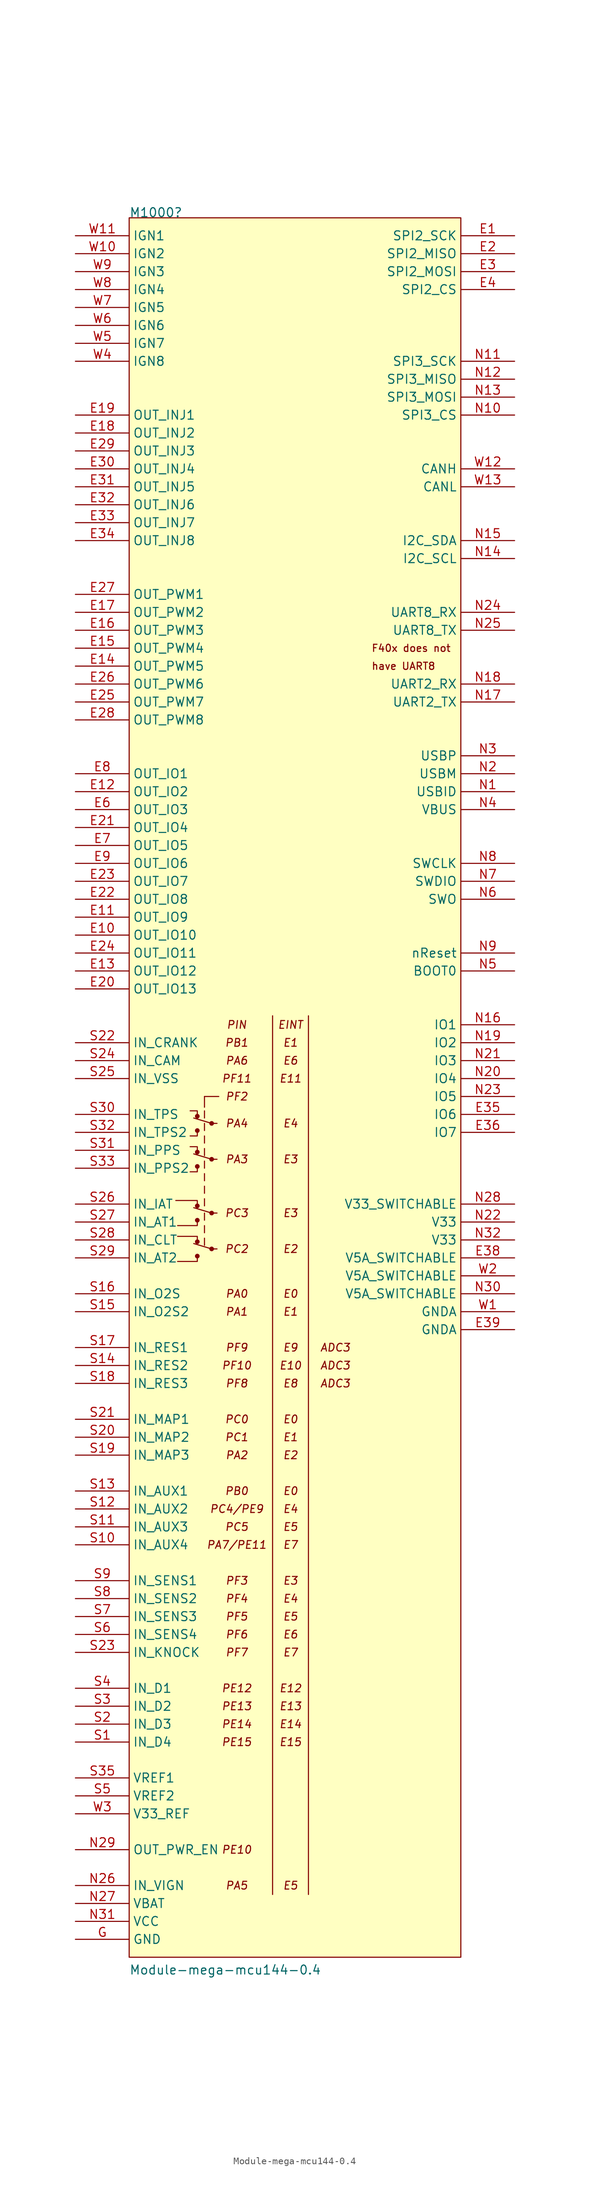
<source format=kicad_sym>
(kicad_symbol_lib
  (version 20211014)
  (generator kicad_symbol_editor)
  (symbol "Module-mega-mcu144-0.4"
    (property "Reference" "M1000"
      (at 7.62 2.54 0)
      (effects (font (size 1.27 1.27)) (justify left bottom)))
    (property "Value" "Module-mega-mcu144-0.4"
      (at 7.62 -246.38 0)
      (effects (font (size 1.27 1.27)) (justify left bottom)))
    (symbol "Module-mega-mcu144-0.4_0_1"
      (polyline (pts (xy 16.764 -142.748) (xy 19.304 -143.51)) (stroke (width 0) (type default) (color 0 0 0 0)) (fill (type none)))
      (polyline (pts (xy 16.764 -137.668) (xy 19.304 -138.43)) (stroke (width 0) (type default) (color 0 0 0 0)) (fill (type none)))
      (polyline (pts (xy 16.764 -130.048) (xy 19.304 -130.81)) (stroke (width 0) (type default) (color 0 0 0 0)) (fill (type none)))
      (polyline (pts (xy 16.764 -124.968) (xy 19.304 -125.73)) (stroke (width 0) (type default) (color 0 0 0 0)) (fill (type none)))
      (polyline (pts (xy 18.288 -143.002) (xy 18.288 -141.986)) (stroke (width 0) (type default) (color 0 0 0 0)) (fill (type none)))
      (polyline (pts (xy 18.288 -141.224) (xy 18.288 -140.208)) (stroke (width 0) (type default) (color 0 0 0 0)) (fill (type none)))
      (polyline (pts (xy 18.288 -139.446) (xy 18.288 -138.43)) (stroke (width 0) (type default) (color 0 0 0 0)) (fill (type none)))
      (polyline (pts (xy 18.288 -137.414) (xy 18.288 -136.398)) (stroke (width 0) (type default) (color 0 0 0 0)) (fill (type none)))
      (polyline (pts (xy 18.288 -135.636) (xy 18.288 -134.62)) (stroke (width 0) (type default) (color 0 0 0 0)) (fill (type none)))
      (polyline (pts (xy 18.288 -133.858) (xy 18.288 -132.842)) (stroke (width 0) (type default) (color 0 0 0 0)) (fill (type none)))
      (polyline (pts (xy 18.288 -132.08) (xy 18.288 -131.064)) (stroke (width 0) (type default) (color 0 0 0 0)) (fill (type none)))
      (polyline (pts (xy 18.288 -130.302) (xy 18.288 -129.286)) (stroke (width 0) (type default) (color 0 0 0 0)) (fill (type none)))
      (polyline (pts (xy 18.288 -128.524) (xy 18.288 -127.508)) (stroke (width 0) (type default) (color 0 0 0 0)) (fill (type none)))
      (polyline (pts (xy 18.288 -126.746) (xy 18.288 -125.73)) (stroke (width 0) (type default) (color 0 0 0 0)) (fill (type none)))
      (polyline (pts (xy 18.288 -124.968) (xy 18.288 -123.952)) (stroke (width 0) (type default) (color 0 0 0 0)) (fill (type none)))
      (polyline (pts (xy 18.288 -123.444) (xy 18.288 -121.92)) (stroke (width 0) (type default) (color 0 0 0 0)) (fill (type none)))
      (polyline (pts (xy 18.288 -121.92) (xy 20.32 -121.92)) (stroke (width 0) (type default) (color 0 0 0 0)) (fill (type none)))
      (polyline (pts (xy 19.304 -143.51) (xy 20.066 -143.51)) (stroke (width 0) (type default) (color 0 0 0 0)) (fill (type none)))
      (polyline (pts (xy 19.304 -138.43) (xy 20.066 -138.43)) (stroke (width 0) (type default) (color 0 0 0 0)) (fill (type none)))
      (polyline (pts (xy 19.304 -130.81) (xy 20.066 -130.81)) (stroke (width 0) (type default) (color 0 0 0 0)) (fill (type none)))
      (polyline (pts (xy 19.304 -125.73) (xy 20.066 -125.73)) (stroke (width 0) (type default) (color 0 0 0 0)) (fill (type none)))
      (polyline (pts (xy 17.272 -144.526) (xy 17.272 -145.288) (xy 14.478 -145.288)) (stroke (width 0) (type default) (color 0 0 0 0)) (fill (type none)))
      (polyline (pts (xy 17.272 -142.494) (xy 17.272 -141.732) (xy 14.478 -141.732)) (stroke (width 0) (type default) (color 0 0 0 0)) (fill (type none)))
      (polyline (pts (xy 17.272 -139.446) (xy 17.272 -140.208) (xy 14.478 -140.208)) (stroke (width 0) (type default) (color 0 0 0 0)) (fill (type none)))
      (polyline (pts (xy 17.272 -137.414) (xy 17.272 -136.652) (xy 14.224 -136.652)) (stroke (width 0) (type default) (color 0 0 0 0)) (fill (type none)))
      (polyline (pts (xy 17.272 -131.826) (xy 17.272 -132.588) (xy 16.256 -132.588)) (stroke (width 0) (type default) (color 0 0 0 0)) (fill (type none)))
      (polyline (pts (xy 17.272 -129.794) (xy 17.272 -129.032) (xy 16.256 -129.032)) (stroke (width 0) (type default) (color 0 0 0 0)) (fill (type none)))
      (polyline (pts (xy 17.272 -126.746) (xy 17.272 -127.508) (xy 16.256 -127.508)) (stroke (width 0) (type default) (color 0 0 0 0)) (fill (type none)))
      (polyline (pts (xy 17.272 -124.714) (xy 17.272 -123.952) (xy 16.256 -123.952)) (stroke (width 0) (type default) (color 0 0 0 0)) (fill (type none)))
      (circle (center 17.272 -144.526) (radius 0.254) (stroke (width 0) (type default) (color 0 0 0 0)) (fill (type outline)))
      (circle (center 17.272 -142.494) (radius 0.254) (stroke (width 0) (type default) (color 0 0 0 0)) (fill (type outline)))
      (circle (center 17.272 -139.446) (radius 0.254) (stroke (width 0) (type default) (color 0 0 0 0)) (fill (type outline)))
      (circle (center 17.272 -137.414) (radius 0.254) (stroke (width 0) (type default) (color 0 0 0 0)) (fill (type outline)))
      (circle (center 17.272 -131.826) (radius 0.254) (stroke (width 0) (type default) (color 0 0 0 0)) (fill (type outline)))
      (circle (center 17.272 -129.794) (radius 0.254) (stroke (width 0) (type default) (color 0 0 0 0)) (fill (type outline)))
      (circle (center 17.272 -126.746) (radius 0.254) (stroke (width 0) (type default) (color 0 0 0 0)) (fill (type outline)))
      (circle (center 17.272 -124.714) (radius 0.254) (stroke (width 0) (type default) (color 0 0 0 0)) (fill (type outline)))
      (circle (center 19.304 -143.51) (radius 0.254) (stroke (width 0) (type default) (color 0 0 0 0)) (fill (type outline)))
      (circle (center 19.304 -138.43) (radius 0.254) (stroke (width 0) (type default) (color 0 0 0 0)) (fill (type outline)))
      (circle (center 19.304 -130.81) (radius 0.254) (stroke (width 0) (type default) (color 0 0 0 0)) (fill (type outline)))
      (circle (center 19.304 -125.73) (radius 0.254) (stroke (width 0) (type default) (color 0 0 0 0)) (fill (type outline))))
    (symbol "Module-mega-mcu144-0.4_1_0"
      (polyline (pts (xy 27.94 -110.49) (xy 27.94 -234.95)) (stroke (width 0) (type default) (color 0 0 0 0)) (fill (type none)))
      (polyline (pts (xy 33.02 -110.49) (xy 33.02 -234.95)) (stroke (width 0) (type default) (color 0 0 0 0)) (fill (type none)))
      (rectangle (start 7.62 2.54) (end 54.61 -243.84) (stroke (width 0) (type default) (color 0 0 0 0)) (fill (type background)))
      (text "ADC3" (at 36.83 -162.56 0) (effects (font (size 1.1 1.1) italic)))
      (text "ADC3" (at 36.83 -160.02 0) (effects (font (size 1.1 1.1) italic)))
      (text "ADC3" (at 36.83 -157.48 0) (effects (font (size 1.1 1.1) italic)))
      (text "E0" (at 30.48 -177.8 0) (effects (font (size 1.1 1.1) italic)))
      (text "E0" (at 30.48 -167.64 0) (effects (font (size 1.1 1.1) italic)))
      (text "E0" (at 30.48 -149.86 0) (effects (font (size 1.1 1.1) italic)))
      (text "E1" (at 30.48 -170.18 0) (effects (font (size 1.1 1.1) italic)))
      (text "E1" (at 30.48 -152.4 0) (effects (font (size 1.1 1.1) italic)))
      (text "E1" (at 30.48 -114.3 0) (effects (font (size 1.1 1.1) italic)))
      (text "E10" (at 30.48 -160.02 0) (effects (font (size 1.1 1.1) italic)))
      (text "E11" (at 30.48 -119.38 0) (effects (font (size 1.1 1.1) italic)))
      (text "E12" (at 30.48 -205.74 0) (effects (font (size 1.1 1.1) italic)))
      (text "E13" (at 30.48 -208.28 0) (effects (font (size 1.1 1.1) italic)))
      (text "E14" (at 30.48 -210.82 0) (effects (font (size 1.1 1.1) italic)))
      (text "E15" (at 30.48 -213.36 0) (effects (font (size 1.1 1.1) italic)))
      (text "E2" (at 30.48 -172.72 0) (effects (font (size 1.1 1.1) italic)))
      (text "E2" (at 30.48 -143.51 0) (effects (font (size 1.1 1.1) italic)))
      (text "E3" (at 30.48 -190.5 0) (effects (font (size 1.1 1.1) italic)))
      (text "E3" (at 30.48 -138.43 0) (effects (font (size 1.1 1.1) italic)))
      (text "E3" (at 30.48 -130.81 0) (effects (font (size 1.1 1.1) italic)))
      (text "E4" (at 30.48 -193.04 0) (effects (font (size 1.1 1.1) italic)))
      (text "E4" (at 30.48 -180.34 0) (effects (font (size 1.1 1.1) italic)))
      (text "E4" (at 30.48 -125.73 0) (effects (font (size 1.1 1.1) italic)))
      (text "E5" (at 30.48 -233.68 0) (effects (font (size 1.1 1.1) italic)))
      (text "E5" (at 30.48 -195.58 0) (effects (font (size 1.1 1.1) italic)))
      (text "E5" (at 30.48 -182.88 0) (effects (font (size 1.1 1.1) italic)))
      (text "E6" (at 30.48 -198.12 0) (effects (font (size 1.1 1.1) italic)))
      (text "E6" (at 30.48 -116.84 0) (effects (font (size 1.1 1.1) italic)))
      (text "E7" (at 30.48 -200.66 0) (effects (font (size 1.1 1.1) italic)))
      (text "E7" (at 30.48 -185.42 0) (effects (font (size 1.1 1.1) italic)))
      (text "E8" (at 30.48 -162.56 0) (effects (font (size 1.1 1.1) italic)))
      (text "E9" (at 30.48 -157.48 0) (effects (font (size 1.1 1.1) italic)))
      (text "EINT" (at 30.48 -111.76 0) (effects (font (size 1.1 1.1) italic)))
      (text "F40x does not" (at 41.91 -58.42 0) (effects (font (size 1.016 1.016)) (justify left)))
      (text "have UART8" (at 41.91 -60.96 0) (effects (font (size 1.016 1.016)) (justify left)))
      (text "PA0" (at 22.86 -149.86 0) (effects (font (size 1.1 1.1) italic)))
      (text "PA1" (at 22.86 -152.4 0) (effects (font (size 1.1 1.1) italic)))
      (text "PA2" (at 22.86 -172.72 0) (effects (font (size 1.1 1.1) italic)))
      (text "PA3" (at 22.86 -130.81 0) (effects (font (size 1.1 1.1) italic)))
      (text "PA4" (at 22.86 -125.73 0) (effects (font (size 1.1 1.1) italic)))
      (text "PA5" (at 22.86 -233.68 0) (effects (font (size 1.1 1.1) italic)))
      (text "PA6" (at 22.86 -116.84 0) (effects (font (size 1.1 1.1) italic)))
      (text "PA7/PE11" (at 22.86 -185.42 0) (effects (font (size 1.1 1.1) italic)))
      (text "PB0" (at 22.86 -177.8 0) (effects (font (size 1.1 1.1) italic)))
      (text "PB1" (at 22.86 -114.3 0) (effects (font (size 1.1 1.1) italic)))
      (text "PC0" (at 22.86 -167.64 0) (effects (font (size 1.1 1.1) italic)))
      (text "PC1" (at 22.86 -170.18 0) (effects (font (size 1.1 1.1) italic)))
      (text "PC2" (at 22.86 -143.51 0) (effects (font (size 1.1 1.1) italic)))
      (text "PC3" (at 22.86 -138.43 0) (effects (font (size 1.1 1.1) italic)))
      (text "PC4/PE9" (at 22.86 -180.34 0) (effects (font (size 1.1 1.1) italic)))
      (text "PC5" (at 22.86 -182.88 0) (effects (font (size 1.1 1.1) italic)))
      (text "PE10" (at 22.86 -228.6 0) (effects (font (size 1.1 1.1) italic)))
      (text "PE12" (at 22.86 -205.74 0) (effects (font (size 1.1 1.1) italic)))
      (text "PE13" (at 22.86 -208.28 0) (effects (font (size 1.1 1.1) italic)))
      (text "PE14" (at 22.86 -210.82 0) (effects (font (size 1.1 1.1) italic)))
      (text "PE15" (at 22.86 -213.36 0) (effects (font (size 1.1 1.1) italic)))
      (text "PF10" (at 22.86 -160.02 0) (effects (font (size 1.1 1.1) italic)))
      (text "PF11" (at 22.86 -119.38 0) (effects (font (size 1.1 1.1) italic)))
      (text "PF2" (at 22.86 -121.92 0) (effects (font (size 1.1 1.1) italic)))
      (text "PF3" (at 22.86 -190.5 0) (effects (font (size 1.1 1.1) italic)))
      (text "PF4" (at 22.86 -193.04 0) (effects (font (size 1.1 1.1) italic)))
      (text "PF5" (at 22.86 -195.58 0) (effects (font (size 1.1 1.1) italic)))
      (text "PF6" (at 22.86 -198.12 0) (effects (font (size 1.1 1.1) italic)))
      (text "PF7" (at 22.86 -200.66 0) (effects (font (size 1.1 1.1) italic)))
      (text "PF8" (at 22.86 -162.56 0) (effects (font (size 1.1 1.1) italic)))
      (text "PF9" (at 22.86 -157.48 0) (effects (font (size 1.1 1.1) italic)))
      (text "PIN" (at 22.86 -111.76 0) (effects (font (size 1.1 1.1) italic)))
      (pin passive line (at 62.23 0 180) (length 7.62) (name "SPI2_SCK" (effects (font (size 1.27 1.27)))) (number "E1" (effects (font (size 1.27 1.27)))))
      (pin passive line (at 0 -99.06 0) (length 7.62) (name "OUT_IO10" (effects (font (size 1.27 1.27)))) (number "E10" (effects (font (size 1.27 1.27)))))
      (pin passive line (at 0 -96.52 0) (length 7.62) (name "OUT_IO9" (effects (font (size 1.27 1.27)))) (number "E11" (effects (font (size 1.27 1.27)))))
      (pin passive line (at 0 -78.74 0) (length 7.62) (name "OUT_IO2" (effects (font (size 1.27 1.27)))) (number "E12" (effects (font (size 1.27 1.27)))))
      (pin passive line (at 0 -104.14 0) (length 7.62) (name "OUT_IO12" (effects (font (size 1.27 1.27)))) (number "E13" (effects (font (size 1.27 1.27)))))
      (pin passive line (at 0 -60.96 0) (length 7.62) (name "OUT_PWM5" (effects (font (size 1.27 1.27)))) (number "E14" (effects (font (size 1.27 1.27)))))
      (pin passive line (at 0 -58.42 0) (length 7.62) (name "OUT_PWM4" (effects (font (size 1.27 1.27)))) (number "E15" (effects (font (size 1.27 1.27)))))
      (pin passive line (at 0 -55.88 0) (length 7.62) (name "OUT_PWM3" (effects (font (size 1.27 1.27)))) (number "E16" (effects (font (size 1.27 1.27)))))
      (pin passive line (at 0 -53.34 0) (length 7.62) (name "OUT_PWM2" (effects (font (size 1.27 1.27)))) (number "E17" (effects (font (size 1.27 1.27)))))
      (pin passive line (at 0 -27.94 0) (length 7.62) (name "OUT_INJ2" (effects (font (size 1.27 1.27)))) (number "E18" (effects (font (size 1.27 1.27)))))
      (pin passive line (at 0 -25.4 0) (length 7.62) (name "OUT_INJ1" (effects (font (size 1.27 1.27)))) (number "E19" (effects (font (size 1.27 1.27)))))
      (pin passive line (at 62.23 -2.54 180) (length 7.62) (name "SPI2_MISO" (effects (font (size 1.27 1.27)))) (number "E2" (effects (font (size 1.27 1.27)))))
      (pin passive line (at 0 -106.68 0) (length 7.62) (name "OUT_IO13" (effects (font (size 1.27 1.27)))) (number "E20" (effects (font (size 1.27 1.27)))))
      (pin passive line (at 0 -83.82 0) (length 7.62) (name "OUT_IO4" (effects (font (size 1.27 1.27)))) (number "E21" (effects (font (size 1.27 1.27)))))
      (pin passive line (at 0 -93.98 0) (length 7.62) (name "OUT_IO8" (effects (font (size 1.27 1.27)))) (number "E22" (effects (font (size 1.27 1.27)))))
      (pin passive line (at 0 -91.44 0) (length 7.62) (name "OUT_IO7" (effects (font (size 1.27 1.27)))) (number "E23" (effects (font (size 1.27 1.27)))))
      (pin passive line (at 0 -101.6 0) (length 7.62) (name "OUT_IO11" (effects (font (size 1.27 1.27)))) (number "E24" (effects (font (size 1.27 1.27)))))
      (pin passive line (at 0 -66.04 0) (length 7.62) (name "OUT_PWM7" (effects (font (size 1.27 1.27)))) (number "E25" (effects (font (size 1.27 1.27)))))
      (pin passive line (at 0 -63.5 0) (length 7.62) (name "OUT_PWM6" (effects (font (size 1.27 1.27)))) (number "E26" (effects (font (size 1.27 1.27)))))
      (pin passive line (at 0 -50.8 0) (length 7.62) (name "OUT_PWM1" (effects (font (size 1.27 1.27)))) (number "E27" (effects (font (size 1.27 1.27)))))
      (pin passive line (at 0 -68.58 0) (length 7.62) (name "OUT_PWM8" (effects (font (size 1.27 1.27)))) (number "E28" (effects (font (size 1.27 1.27)))))
      (pin passive line (at 0 -30.48 0) (length 7.62) (name "OUT_INJ3" (effects (font (size 1.27 1.27)))) (number "E29" (effects (font (size 1.27 1.27)))))
      (pin passive line (at 62.23 -5.08 180) (length 7.62) (name "SPI2_MOSI" (effects (font (size 1.27 1.27)))) (number "E3" (effects (font (size 1.27 1.27)))))
      (pin passive line (at 0 -33.02 0) (length 7.62) (name "OUT_INJ4" (effects (font (size 1.27 1.27)))) (number "E30" (effects (font (size 1.27 1.27)))))
      (pin passive line (at 0 -35.56 0) (length 7.62) (name "OUT_INJ5" (effects (font (size 1.27 1.27)))) (number "E31" (effects (font (size 1.27 1.27)))))
      (pin passive line (at 0 -38.1 0) (length 7.62) (name "OUT_INJ6" (effects (font (size 1.27 1.27)))) (number "E32" (effects (font (size 1.27 1.27)))))
      (pin passive line (at 0 -40.64 0) (length 7.62) (name "OUT_INJ7" (effects (font (size 1.27 1.27)))) (number "E33" (effects (font (size 1.27 1.27)))))
      (pin passive line (at 0 -43.18 0) (length 7.62) (name "OUT_INJ8" (effects (font (size 1.27 1.27)))) (number "E34" (effects (font (size 1.27 1.27)))))
      (pin passive line (at 62.23 -124.46 180) (length 7.62) (name "IO6" (effects (font (size 1.27 1.27)))) (number "E35" (effects (font (size 1.27 1.27)))))
      (pin passive line (at 62.23 -127 180) (length 7.62) (name "IO7" (effects (font (size 1.27 1.27)))) (number "E36" (effects (font (size 1.27 1.27)))))
      (pin passive line (at 62.23 -144.78 180) (length 7.62) (name "V5A_SWITCHABLE" (effects (font (size 1.27 1.27)))) (number "E38" (effects (font (size 1.27 1.27)))))
      (pin passive line (at 62.23 -154.94 180) (length 7.62) (name "GNDA" (effects (font (size 1.27 1.27)))) (number "E39" (effects (font (size 1.27 1.27)))))
      (pin passive line (at 62.23 -7.62 180) (length 7.62) (name "SPI2_CS" (effects (font (size 1.27 1.27)))) (number "E4" (effects (font (size 1.27 1.27)))))
      (pin passive line (at 0 -81.28 0) (length 7.62) (name "OUT_IO3" (effects (font (size 1.27 1.27)))) (number "E6" (effects (font (size 1.27 1.27)))))
      (pin passive line (at 0 -86.36 0) (length 7.62) (name "OUT_IO5" (effects (font (size 1.27 1.27)))) (number "E7" (effects (font (size 1.27 1.27)))))
      (pin passive line (at 0 -76.2 0) (length 7.62) (name "OUT_IO1" (effects (font (size 1.27 1.27)))) (number "E8" (effects (font (size 1.27 1.27)))))
      (pin passive line (at 0 -88.9 0) (length 7.62) (name "OUT_IO6" (effects (font (size 1.27 1.27)))) (number "E9" (effects (font (size 1.27 1.27)))))
      (pin passive line (at 0 -241.3 0) (length 7.62) (name "GND" (effects (font (size 1.27 1.27)))) (number "G" (effects (font (size 1.27 1.27)))))
      (pin passive line (at 62.23 -78.74 180) (length 7.62) (name "USBID" (effects (font (size 1.27 1.27)))) (number "N1" (effects (font (size 1.27 1.27)))))
      (pin passive line (at 62.23 -25.4 180) (length 7.62) (name "SPI3_CS" (effects (font (size 1.27 1.27)))) (number "N10" (effects (font (size 1.27 1.27)))))
      (pin passive line (at 62.23 -17.78 180) (length 7.62) (name "SPI3_SCK" (effects (font (size 1.27 1.27)))) (number "N11" (effects (font (size 1.27 1.27)))))
      (pin passive line (at 62.23 -20.32 180) (length 7.62) (name "SPI3_MISO" (effects (font (size 1.27 1.27)))) (number "N12" (effects (font (size 1.27 1.27)))))
      (pin passive line (at 62.23 -22.86 180) (length 7.62) (name "SPI3_MOSI" (effects (font (size 1.27 1.27)))) (number "N13" (effects (font (size 1.27 1.27)))))
      (pin passive line (at 62.23 -45.72 180) (length 7.62) (name "I2C_SCL" (effects (font (size 1.27 1.27)))) (number "N14" (effects (font (size 1.27 1.27)))))
      (pin passive line (at 62.23 -43.18 180) (length 7.62) (name "I2C_SDA" (effects (font (size 1.27 1.27)))) (number "N15" (effects (font (size 1.27 1.27)))))
      (pin passive line (at 62.23 -111.76 180) (length 7.62) (name "IO1" (effects (font (size 1.27 1.27)))) (number "N16" (effects (font (size 1.27 1.27)))))
      (pin passive line (at 62.23 -66.04 180) (length 7.62) (name "UART2_TX" (effects (font (size 1.27 1.27)))) (number "N17" (effects (font (size 1.27 1.27)))))
      (pin passive line (at 62.23 -63.5 180) (length 7.62) (name "UART2_RX" (effects (font (size 1.27 1.27)))) (number "N18" (effects (font (size 1.27 1.27)))))
      (pin passive line (at 62.23 -114.3 180) (length 7.62) (name "IO2" (effects (font (size 1.27 1.27)))) (number "N19" (effects (font (size 1.27 1.27)))))
      (pin passive line (at 62.23 -76.2 180) (length 7.62) (name "USBM" (effects (font (size 1.27 1.27)))) (number "N2" (effects (font (size 1.27 1.27)))))
      (pin passive line (at 62.23 -119.38 180) (length 7.62) (name "IO4" (effects (font (size 1.27 1.27)))) (number "N20" (effects (font (size 1.27 1.27)))))
      (pin passive line (at 62.23 -116.84 180) (length 7.62) (name "IO3" (effects (font (size 1.27 1.27)))) (number "N21" (effects (font (size 1.27 1.27)))))
      (pin passive line (at 62.23 -139.7 180) (length 7.62) (name "V33" (effects (font (size 1.27 1.27)))) (number "N22" (effects (font (size 1.27 1.27)))))
      (pin passive line (at 62.23 -121.92 180) (length 7.62) (name "IO5" (effects (font (size 1.27 1.27)))) (number "N23" (effects (font (size 1.27 1.27)))))
      (pin passive line (at 62.23 -53.34 180) (length 7.62) (name "UART8_RX" (effects (font (size 1.27 1.27)))) (number "N24" (effects (font (size 1.27 1.27)))))
      (pin passive line (at 62.23 -55.88 180) (length 7.62) (name "UART8_TX" (effects (font (size 1.27 1.27)))) (number "N25" (effects (font (size 1.27 1.27)))))
      (pin passive line (at 0 -233.68 0) (length 7.62) (name "IN_VIGN" (effects (font (size 1.27 1.27)))) (number "N26" (effects (font (size 1.27 1.27)))))
      (pin passive line (at 0 -236.22 0) (length 7.62) (name "VBAT" (effects (font (size 1.27 1.27)))) (number "N27" (effects (font (size 1.27 1.27)))))
      (pin passive line (at 62.23 -137.16 180) (length 7.62) (name "V33_SWITCHABLE" (effects (font (size 1.27 1.27)))) (number "N28" (effects (font (size 1.27 1.27)))))
      (pin passive line (at 0 -228.6 0) (length 7.62) (name "OUT_PWR_EN" (effects (font (size 1.27 1.27)))) (number "N29" (effects (font (size 1.27 1.27)))))
      (pin passive line (at 62.23 -73.66 180) (length 7.62) (name "USBP" (effects (font (size 1.27 1.27)))) (number "N3" (effects (font (size 1.27 1.27)))))
      (pin passive line (at 62.23 -149.86 180) (length 7.62) (name "V5A_SWITCHABLE" (effects (font (size 1.27 1.27)))) (number "N30" (effects (font (size 1.27 1.27)))))
      (pin passive line (at 0 -238.76 0) (length 7.62) (name "VCC" (effects (font (size 1.27 1.27)))) (number "N31" (effects (font (size 1.27 1.27)))))
      (pin passive line (at 62.23 -142.24 180) (length 7.62) (name "V33" (effects (font (size 1.27 1.27)))) (number "N32" (effects (font (size 1.27 1.27)))))
      (pin passive line (at 62.23 -81.28 180) (length 7.62) (name "VBUS" (effects (font (size 1.27 1.27)))) (number "N4" (effects (font (size 1.27 1.27)))))
      (pin passive line (at 62.23 -104.14 180) (length 7.62) (name "BOOT0" (effects (font (size 1.27 1.27)))) (number "N5" (effects (font (size 1.27 1.27)))))
      (pin passive line (at 62.23 -93.98 180) (length 7.62) (name "SWO" (effects (font (size 1.27 1.27)))) (number "N6" (effects (font (size 1.27 1.27)))))
      (pin passive line (at 62.23 -91.44 180) (length 7.62) (name "SWDIO" (effects (font (size 1.27 1.27)))) (number "N7" (effects (font (size 1.27 1.27)))))
      (pin passive line (at 62.23 -88.9 180) (length 7.62) (name "SWCLK" (effects (font (size 1.27 1.27)))) (number "N8" (effects (font (size 1.27 1.27)))))
      (pin passive line (at 62.23 -101.6 180) (length 7.62) (name "nReset" (effects (font (size 1.27 1.27)))) (number "N9" (effects (font (size 1.27 1.27)))))
      (pin passive line (at 0 -213.36 0) (length 7.62) (name "IN_D4" (effects (font (size 1.27 1.27)))) (number "S1" (effects (font (size 1.27 1.27)))))
      (pin passive line (at 0 -185.42 0) (length 7.62) (name "IN_AUX4" (effects (font (size 1.27 1.27)))) (number "S10" (effects (font (size 1.27 1.27)))))
      (pin passive line (at 0 -182.88 0) (length 7.62) (name "IN_AUX3" (effects (font (size 1.27 1.27)))) (number "S11" (effects (font (size 1.27 1.27)))))
      (pin passive line (at 0 -180.34 0) (length 7.62) (name "IN_AUX2" (effects (font (size 1.27 1.27)))) (number "S12" (effects (font (size 1.27 1.27)))))
      (pin passive line (at 0 -177.8 0) (length 7.62) (name "IN_AUX1" (effects (font (size 1.27 1.27)))) (number "S13" (effects (font (size 1.27 1.27)))))
      (pin passive line (at 0 -160.02 0) (length 7.62) (name "IN_RES2" (effects (font (size 1.27 1.27)))) (number "S14" (effects (font (size 1.27 1.27)))))
      (pin passive line (at 0 -152.4 0) (length 7.62) (name "IN_O2S2" (effects (font (size 1.27 1.27)))) (number "S15" (effects (font (size 1.27 1.27)))))
      (pin passive line (at 0 -149.86 0) (length 7.62) (name "IN_O2S" (effects (font (size 1.27 1.27)))) (number "S16" (effects (font (size 1.27 1.27)))))
      (pin passive line (at 0 -157.48 0) (length 7.62) (name "IN_RES1" (effects (font (size 1.27 1.27)))) (number "S17" (effects (font (size 1.27 1.27)))))
      (pin passive line (at 0 -162.56 0) (length 7.62) (name "IN_RES3" (effects (font (size 1.27 1.27)))) (number "S18" (effects (font (size 1.27 1.27)))))
      (pin passive line (at 0 -172.72 0) (length 7.62) (name "IN_MAP3" (effects (font (size 1.27 1.27)))) (number "S19" (effects (font (size 1.27 1.27)))))
      (pin passive line (at 0 -210.82 0) (length 7.62) (name "IN_D3" (effects (font (size 1.27 1.27)))) (number "S2" (effects (font (size 1.27 1.27)))))
      (pin passive line (at 0 -170.18 0) (length 7.62) (name "IN_MAP2" (effects (font (size 1.27 1.27)))) (number "S20" (effects (font (size 1.27 1.27)))))
      (pin passive line (at 0 -167.64 0) (length 7.62) (name "IN_MAP1" (effects (font (size 1.27 1.27)))) (number "S21" (effects (font (size 1.27 1.27)))))
      (pin passive line (at 0 -114.3 0) (length 7.62) (name "IN_CRANK" (effects (font (size 1.27 1.27)))) (number "S22" (effects (font (size 1.27 1.27)))))
      (pin passive line (at 0 -200.66 0) (length 7.62) (name "IN_KNOCK" (effects (font (size 1.27 1.27)))) (number "S23" (effects (font (size 1.27 1.27)))))
      (pin passive line (at 0 -116.84 0) (length 7.62) (name "IN_CAM" (effects (font (size 1.27 1.27)))) (number "S24" (effects (font (size 1.27 1.27)))))
      (pin passive line (at 0 -119.38 0) (length 7.62) (name "IN_VSS" (effects (font (size 1.27 1.27)))) (number "S25" (effects (font (size 1.27 1.27)))))
      (pin passive line (at 0 -137.16 0) (length 7.62) (name "IN_IAT" (effects (font (size 1.27 1.27)))) (number "S26" (effects (font (size 1.27 1.27)))))
      (pin passive line (at 0 -139.7 0) (length 7.62) (name "IN_AT1" (effects (font (size 1.27 1.27)))) (number "S27" (effects (font (size 1.27 1.27)))))
      (pin passive line (at 0 -142.24 0) (length 7.62) (name "IN_CLT" (effects (font (size 1.27 1.27)))) (number "S28" (effects (font (size 1.27 1.27)))))
      (pin passive line (at 0 -144.78 0) (length 7.62) (name "IN_AT2" (effects (font (size 1.27 1.27)))) (number "S29" (effects (font (size 1.27 1.27)))))
      (pin passive line (at 0 -208.28 0) (length 7.62) (name "IN_D2" (effects (font (size 1.27 1.27)))) (number "S3" (effects (font (size 1.27 1.27)))))
      (pin passive line (at 0 -124.46 0) (length 7.62) (name "IN_TPS" (effects (font (size 1.27 1.27)))) (number "S30" (effects (font (size 1.27 1.27)))))
      (pin passive line (at 0 -129.54 0) (length 7.62) (name "IN_PPS" (effects (font (size 1.27 1.27)))) (number "S31" (effects (font (size 1.27 1.27)))))
      (pin passive line (at 0 -127 0) (length 7.62) (name "IN_TPS2" (effects (font (size 1.27 1.27)))) (number "S32" (effects (font (size 1.27 1.27)))))
      (pin passive line (at 0 -132.08 0) (length 7.62) (name "IN_PPS2" (effects (font (size 1.27 1.27)))) (number "S33" (effects (font (size 1.27 1.27)))))
      (pin passive line (at 0 -218.44 0) (length 7.62) (name "VREF1" (effects (font (size 1.27 1.27)))) (number "S35" (effects (font (size 1.27 1.27)))))
      (pin passive line (at 0 -205.74 0) (length 7.62) (name "IN_D1" (effects (font (size 1.27 1.27)))) (number "S4" (effects (font (size 1.27 1.27)))))
      (pin passive line (at 0 -220.98 0) (length 7.62) (name "VREF2" (effects (font (size 1.27 1.27)))) (number "S5" (effects (font (size 1.27 1.27)))))
      (pin passive line (at 0 -198.12 0) (length 7.62) (name "IN_SENS4" (effects (font (size 1.27 1.27)))) (number "S6" (effects (font (size 1.27 1.27)))))
      (pin passive line (at 0 -195.58 0) (length 7.62) (name "IN_SENS3" (effects (font (size 1.27 1.27)))) (number "S7" (effects (font (size 1.27 1.27)))))
      (pin passive line (at 0 -193.04 0) (length 7.62) (name "IN_SENS2" (effects (font (size 1.27 1.27)))) (number "S8" (effects (font (size 1.27 1.27)))))
      (pin passive line (at 0 -190.5 0) (length 7.62) (name "IN_SENS1" (effects (font (size 1.27 1.27)))) (number "S9" (effects (font (size 1.27 1.27)))))
      (pin passive line (at 62.23 -152.4 180) (length 7.62) (name "GNDA" (effects (font (size 1.27 1.27)))) (number "W1" (effects (font (size 1.27 1.27)))))
      (pin passive line (at 0 -2.54 0) (length 7.62) (name "IGN2" (effects (font (size 1.27 1.27)))) (number "W10" (effects (font (size 1.27 1.27)))))
      (pin passive line (at 0 0 0) (length 7.62) (name "IGN1" (effects (font (size 1.27 1.27)))) (number "W11" (effects (font (size 1.27 1.27)))))
      (pin passive line (at 62.23 -33.02 180) (length 7.62) (name "CANH" (effects (font (size 1.27 1.27)))) (number "W12" (effects (font (size 1.27 1.27)))))
      (pin passive line (at 62.23 -35.56 180) (length 7.62) (name "CANL" (effects (font (size 1.27 1.27)))) (number "W13" (effects (font (size 1.27 1.27)))))
      (pin passive line (at 62.23 -147.32 180) (length 7.62) (name "V5A_SWITCHABLE" (effects (font (size 1.27 1.27)))) (number "W2" (effects (font (size 1.27 1.27)))))
      (pin passive line (at 0 -223.52 0) (length 7.62) (name "V33_REF" (effects (font (size 1.27 1.27)))) (number "W3" (effects (font (size 1.27 1.27)))))
      (pin passive line (at 0 -17.78 0) (length 7.62) (name "IGN8" (effects (font (size 1.27 1.27)))) (number "W4" (effects (font (size 1.27 1.27)))))
      (pin passive line (at 0 -15.24 0) (length 7.62) (name "IGN7" (effects (font (size 1.27 1.27)))) (number "W5" (effects (font (size 1.27 1.27)))))
      (pin passive line (at 0 -12.7 0) (length 7.62) (name "IGN6" (effects (font (size 1.27 1.27)))) (number "W6" (effects (font (size 1.27 1.27)))))
      (pin passive line (at 0 -10.16 0) (length 7.62) (name "IGN5" (effects (font (size 1.27 1.27)))) (number "W7" (effects (font (size 1.27 1.27)))))
      (pin passive line (at 0 -7.62 0) (length 7.62) (name "IGN4" (effects (font (size 1.27 1.27)))) (number "W8" (effects (font (size 1.27 1.27)))))
      (pin passive line (at 0 -5.08 0) (length 7.62) (name "IGN3" (effects (font (size 1.27 1.27)))) (number "W9" (effects (font (size 1.27 1.27))))))))
</source>
